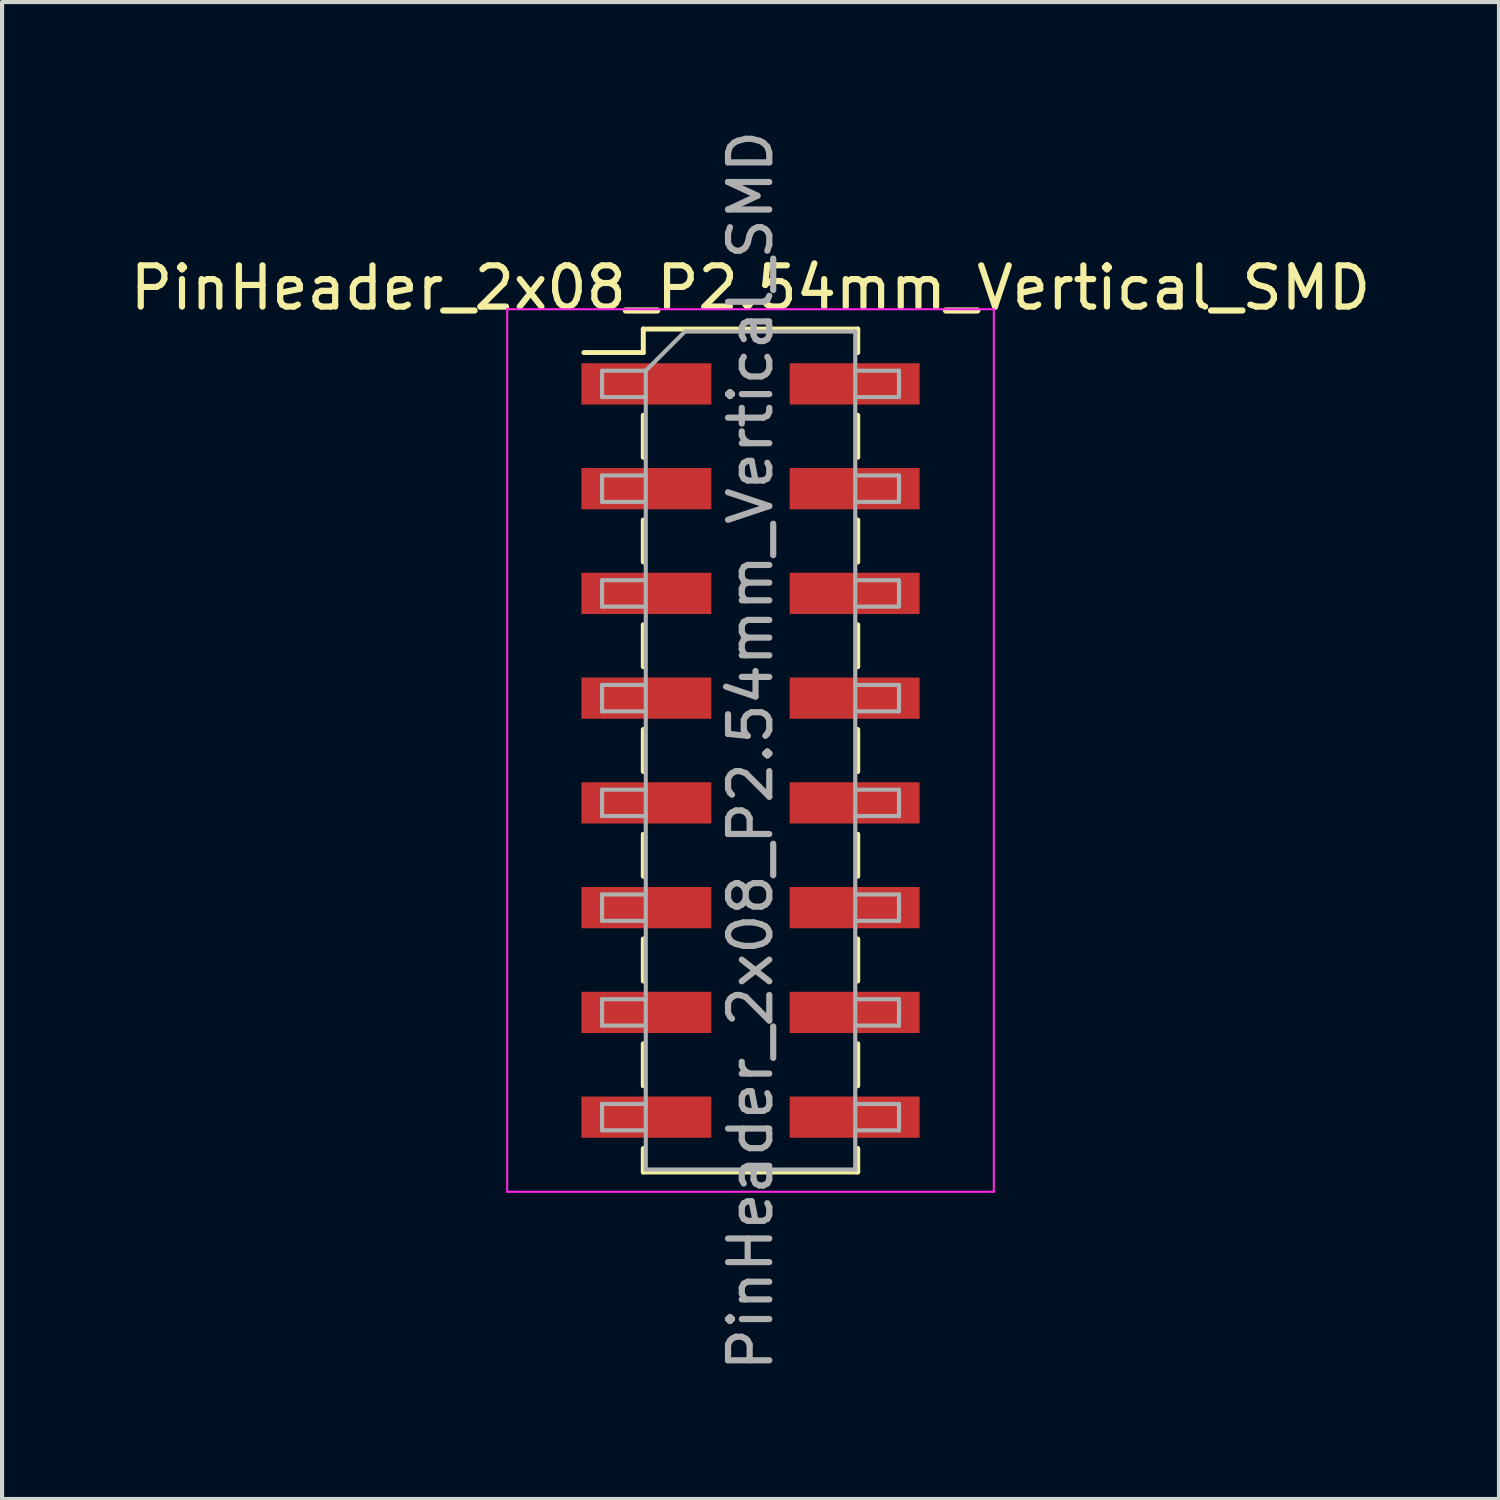
<source format=kicad_pcb>
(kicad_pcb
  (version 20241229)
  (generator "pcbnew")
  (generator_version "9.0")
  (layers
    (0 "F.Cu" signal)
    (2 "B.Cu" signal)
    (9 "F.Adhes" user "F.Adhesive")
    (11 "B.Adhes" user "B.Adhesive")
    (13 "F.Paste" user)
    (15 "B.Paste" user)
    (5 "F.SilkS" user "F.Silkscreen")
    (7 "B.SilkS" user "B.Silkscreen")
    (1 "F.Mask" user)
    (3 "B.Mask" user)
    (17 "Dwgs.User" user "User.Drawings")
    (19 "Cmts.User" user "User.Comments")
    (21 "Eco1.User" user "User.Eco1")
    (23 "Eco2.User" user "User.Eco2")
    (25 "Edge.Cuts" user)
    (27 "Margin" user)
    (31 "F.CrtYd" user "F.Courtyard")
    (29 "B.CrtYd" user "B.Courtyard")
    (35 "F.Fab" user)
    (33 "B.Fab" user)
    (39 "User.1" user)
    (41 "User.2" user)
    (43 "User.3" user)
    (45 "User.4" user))
  (footprint "PinHeader_2x08_P2.54mm_Vertical_SMD"
    (layer "F.Cu")
    (at 15.149 15.149)
    (property "Reference" "PinHeader_2x08_P2.54mm_Vertical_SMD" (at 0 -11.22 0) (layer "F.SilkS") (effects (font (size 1 1) (thickness 0.15))))
    (attr smd)
    (fp_line (start -4.04 -9.65) (end -2.6 -9.65) (stroke (width 0.12) (type solid)) (layer "F.SilkS"))
    (fp_line (start -2.6 -10.22) (end -2.6 -9.65) (stroke (width 0.12) (type solid)) (layer "F.SilkS"))
    (fp_line (start -2.6 -10.22) (end 2.6 -10.22) (stroke (width 0.12) (type solid)) (layer "F.SilkS"))
    (fp_line (start -2.6 -8.13) (end -2.6 -7.11) (stroke (width 0.12) (type solid)) (layer "F.SilkS"))
    (fp_line (start -2.6 -5.59) (end -2.6 -4.57) (stroke (width 0.12) (type solid)) (layer "F.SilkS"))
    (fp_line (start -2.6 -3.05) (end -2.6 -2.03) (stroke (width 0.12) (type solid)) (layer "F.SilkS"))
    (fp_line (start -2.6 -0.51) (end -2.6 0.51) (stroke (width 0.12) (type solid)) (layer "F.SilkS"))
    (fp_line (start -2.6 2.03) (end -2.6 3.05) (stroke (width 0.12) (type solid)) (layer "F.SilkS"))
    (fp_line (start -2.6 4.57) (end -2.6 5.59) (stroke (width 0.12) (type solid)) (layer "F.SilkS"))
    (fp_line (start -2.6 7.11) (end -2.6 8.13) (stroke (width 0.12) (type solid)) (layer "F.SilkS"))
    (fp_line (start -2.6 9.65) (end -2.6 10.22) (stroke (width 0.12) (type solid)) (layer "F.SilkS"))
    (fp_line (start -2.6 10.22) (end 2.6 10.22) (stroke (width 0.12) (type solid)) (layer "F.SilkS"))
    (fp_line (start 2.6 -10.22) (end 2.6 -9.65) (stroke (width 0.12) (type solid)) (layer "F.SilkS"))
    (fp_line (start 2.6 -8.13) (end 2.6 -7.11) (stroke (width 0.12) (type solid)) (layer "F.SilkS"))
    (fp_line (start 2.6 -5.59) (end 2.6 -4.57) (stroke (width 0.12) (type solid)) (layer "F.SilkS"))
    (fp_line (start 2.6 -3.05) (end 2.6 -2.03) (stroke (width 0.12) (type solid)) (layer "F.SilkS"))
    (fp_line (start 2.6 -0.51) (end 2.6 0.51) (stroke (width 0.12) (type solid)) (layer "F.SilkS"))
    (fp_line (start 2.6 2.03) (end 2.6 3.05) (stroke (width 0.12) (type solid)) (layer "F.SilkS"))
    (fp_line (start 2.6 4.57) (end 2.6 5.59) (stroke (width 0.12) (type solid)) (layer "F.SilkS"))
    (fp_line (start 2.6 7.11) (end 2.6 8.13) (stroke (width 0.12) (type solid)) (layer "F.SilkS"))
    (fp_line (start 2.6 9.65) (end 2.6 10.22) (stroke (width 0.12) (type solid)) (layer "F.SilkS"))
    (fp_line (start -5.9 -10.7) (end -5.9 10.7) (stroke (width 0.05) (type solid)) (layer "F.CrtYd"))
    (fp_line (start -5.9 10.7) (end 5.9 10.7) (stroke (width 0.05) (type solid)) (layer "F.CrtYd"))
    (fp_line (start 5.9 -10.7) (end -5.9 -10.7) (stroke (width 0.05) (type solid)) (layer "F.CrtYd"))
    (fp_line (start 5.9 10.7) (end 5.9 -10.7) (stroke (width 0.05) (type solid)) (layer "F.CrtYd"))
    (fp_line (start -3.6 -9.21) (end -3.6 -8.57) (stroke (width 0.1) (type solid)) (layer "F.Fab"))
    (fp_line (start -3.6 -8.57) (end -2.54 -8.57) (stroke (width 0.1) (type solid)) (layer "F.Fab"))
    (fp_line (start -3.6 -6.67) (end -3.6 -6.03) (stroke (width 0.1) (type solid)) (layer "F.Fab"))
    (fp_line (start -3.6 -6.03) (end -2.54 -6.03) (stroke (width 0.1) (type solid)) (layer "F.Fab"))
    (fp_line (start -3.6 -4.13) (end -3.6 -3.49) (stroke (width 0.1) (type solid)) (layer "F.Fab"))
    (fp_line (start -3.6 -3.49) (end -2.54 -3.49) (stroke (width 0.1) (type solid)) (layer "F.Fab"))
    (fp_line (start -3.6 -1.59) (end -3.6 -0.95) (stroke (width 0.1) (type solid)) (layer "F.Fab"))
    (fp_line (start -3.6 -0.95) (end -2.54 -0.95) (stroke (width 0.1) (type solid)) (layer "F.Fab"))
    (fp_line (start -3.6 0.95) (end -3.6 1.59) (stroke (width 0.1) (type solid)) (layer "F.Fab"))
    (fp_line (start -3.6 1.59) (end -2.54 1.59) (stroke (width 0.1) (type solid)) (layer "F.Fab"))
    (fp_line (start -3.6 3.49) (end -3.6 4.13) (stroke (width 0.1) (type solid)) (layer "F.Fab"))
    (fp_line (start -3.6 4.13) (end -2.54 4.13) (stroke (width 0.1) (type solid)) (layer "F.Fab"))
    (fp_line (start -3.6 6.03) (end -3.6 6.67) (stroke (width 0.1) (type solid)) (layer "F.Fab"))
    (fp_line (start -3.6 6.67) (end -2.54 6.67) (stroke (width 0.1) (type solid)) (layer "F.Fab"))
    (fp_line (start -3.6 8.57) (end -3.6 9.21) (stroke (width 0.1) (type solid)) (layer "F.Fab"))
    (fp_line (start -3.6 9.21) (end -2.54 9.21) (stroke (width 0.1) (type solid)) (layer "F.Fab"))
    (fp_line (start -2.54 -9.21) (end -3.6 -9.21) (stroke (width 0.1) (type solid)) (layer "F.Fab"))
    (fp_line (start -2.54 -9.21) (end -1.59 -10.16) (stroke (width 0.1) (type solid)) (layer "F.Fab"))
    (fp_line (start -2.54 -6.67) (end -3.6 -6.67) (stroke (width 0.1) (type solid)) (layer "F.Fab"))
    (fp_line (start -2.54 -4.13) (end -3.6 -4.13) (stroke (width 0.1) (type solid)) (layer "F.Fab"))
    (fp_line (start -2.54 -1.59) (end -3.6 -1.59) (stroke (width 0.1) (type solid)) (layer "F.Fab"))
    (fp_line (start -2.54 0.95) (end -3.6 0.95) (stroke (width 0.1) (type solid)) (layer "F.Fab"))
    (fp_line (start -2.54 3.49) (end -3.6 3.49) (stroke (width 0.1) (type solid)) (layer "F.Fab"))
    (fp_line (start -2.54 6.03) (end -3.6 6.03) (stroke (width 0.1) (type solid)) (layer "F.Fab"))
    (fp_line (start -2.54 8.57) (end -3.6 8.57) (stroke (width 0.1) (type solid)) (layer "F.Fab"))
    (fp_line (start -2.54 10.16) (end -2.54 -9.21) (stroke (width 0.1) (type solid)) (layer "F.Fab"))
    (fp_line (start -1.59 -10.16) (end 2.54 -10.16) (stroke (width 0.1) (type solid)) (layer "F.Fab"))
    (fp_line (start 2.54 -10.16) (end 2.54 10.16) (stroke (width 0.1) (type solid)) (layer "F.Fab"))
    (fp_line (start 2.54 -9.21) (end 3.6 -9.21) (stroke (width 0.1) (type solid)) (layer "F.Fab"))
    (fp_line (start 2.54 -6.67) (end 3.6 -6.67) (stroke (width 0.1) (type solid)) (layer "F.Fab"))
    (fp_line (start 2.54 -4.13) (end 3.6 -4.13) (stroke (width 0.1) (type solid)) (layer "F.Fab"))
    (fp_line (start 2.54 -1.59) (end 3.6 -1.59) (stroke (width 0.1) (type solid)) (layer "F.Fab"))
    (fp_line (start 2.54 0.95) (end 3.6 0.95) (stroke (width 0.1) (type solid)) (layer "F.Fab"))
    (fp_line (start 2.54 3.49) (end 3.6 3.49) (stroke (width 0.1) (type solid)) (layer "F.Fab"))
    (fp_line (start 2.54 6.03) (end 3.6 6.03) (stroke (width 0.1) (type solid)) (layer "F.Fab"))
    (fp_line (start 2.54 8.57) (end 3.6 8.57) (stroke (width 0.1) (type solid)) (layer "F.Fab"))
    (fp_line (start 2.54 10.16) (end -2.54 10.16) (stroke (width 0.1) (type solid)) (layer "F.Fab"))
    (fp_line (start 3.6 -9.21) (end 3.6 -8.57) (stroke (width 0.1) (type solid)) (layer "F.Fab"))
    (fp_line (start 3.6 -8.57) (end 2.54 -8.57) (stroke (width 0.1) (type solid)) (layer "F.Fab"))
    (fp_line (start 3.6 -6.67) (end 3.6 -6.03) (stroke (width 0.1) (type solid)) (layer "F.Fab"))
    (fp_line (start 3.6 -6.03) (end 2.54 -6.03) (stroke (width 0.1) (type solid)) (layer "F.Fab"))
    (fp_line (start 3.6 -4.13) (end 3.6 -3.49) (stroke (width 0.1) (type solid)) (layer "F.Fab"))
    (fp_line (start 3.6 -3.49) (end 2.54 -3.49) (stroke (width 0.1) (type solid)) (layer "F.Fab"))
    (fp_line (start 3.6 -1.59) (end 3.6 -0.95) (stroke (width 0.1) (type solid)) (layer "F.Fab"))
    (fp_line (start 3.6 -0.95) (end 2.54 -0.95) (stroke (width 0.1) (type solid)) (layer "F.Fab"))
    (fp_line (start 3.6 0.95) (end 3.6 1.59) (stroke (width 0.1) (type solid)) (layer "F.Fab"))
    (fp_line (start 3.6 1.59) (end 2.54 1.59) (stroke (width 0.1) (type solid)) (layer "F.Fab"))
    (fp_line (start 3.6 3.49) (end 3.6 4.13) (stroke (width 0.1) (type solid)) (layer "F.Fab"))
    (fp_line (start 3.6 4.13) (end 2.54 4.13) (stroke (width 0.1) (type solid)) (layer "F.Fab"))
    (fp_line (start 3.6 6.03) (end 3.6 6.67) (stroke (width 0.1) (type solid)) (layer "F.Fab"))
    (fp_line (start 3.6 6.67) (end 2.54 6.67) (stroke (width 0.1) (type solid)) (layer "F.Fab"))
    (fp_line (start 3.6 8.57) (end 3.6 9.21) (stroke (width 0.1) (type solid)) (layer "F.Fab"))
    (fp_line (start 3.6 9.21) (end 2.54 9.21) (stroke (width 0.1) (type solid)) (layer "F.Fab"))
    (fp_text user "${REFERENCE}" (at 0 0 90) (layer "F.Fab") (effects (font (size 1 1) (thickness 0.15))))
    (pad "1" smd rect (at -2.525 -8.89) (size 3.15 1) (layers "F.Cu" "F.Mask" "F.Paste"))
    (pad "2" smd rect (at -2.525 -6.35) (size 3.15 1) (layers "F.Cu" "F.Mask" "F.Paste"))
    (pad "3" smd rect (at -2.525 -3.81) (size 3.15 1) (layers "F.Cu" "F.Mask" "F.Paste"))
    (pad "4" smd rect (at -2.525 -1.27) (size 3.15 1) (layers "F.Cu" "F.Mask" "F.Paste"))
    (pad "5" smd rect (at -2.525 1.27) (size 3.15 1) (layers "F.Cu" "F.Mask" "F.Paste"))
    (pad "6" smd rect (at -2.525 3.81) (size 3.15 1) (layers "F.Cu" "F.Mask" "F.Paste"))
    (pad "7" smd rect (at -2.525 6.35) (size 3.15 1) (layers "F.Cu" "F.Mask" "F.Paste"))
    (pad "8" smd rect (at -2.525 8.89) (size 3.15 1) (layers "F.Cu" "F.Mask" "F.Paste"))
    (pad "9" smd rect (at 2.525 8.89) (size 3.15 1) (layers "F.Cu" "F.Mask" "F.Paste"))
    (pad "10" smd rect (at 2.525 6.35) (size 3.15 1) (layers "F.Cu" "F.Mask" "F.Paste"))
    (pad "11" smd rect (at 2.525 3.81) (size 3.15 1) (layers "F.Cu" "F.Mask" "F.Paste"))
    (pad "12" smd rect (at 2.525 1.27) (size 3.15 1) (layers "F.Cu" "F.Mask" "F.Paste"))
    (pad "13" smd rect (at 2.525 -1.27) (size 3.15 1) (layers "F.Cu" "F.Mask" "F.Paste"))
    (pad "14" smd rect (at 2.525 -3.81) (size 3.15 1) (layers "F.Cu" "F.Mask" "F.Paste"))
    (pad "15" smd rect (at 2.525 -6.35) (size 3.15 1) (layers "F.Cu" "F.Mask" "F.Paste"))
    (pad "16" smd rect (at 2.525 -8.89) (size 3.15 1) (layers "F.Cu" "F.Mask" "F.Paste")))
  (gr_rect
    (start -3 -3)
    (end 33.298 33.298)
    (stroke (width 0.1) (type default))
    (fill no)
    (layer "Edge.Cuts")))
</source>
